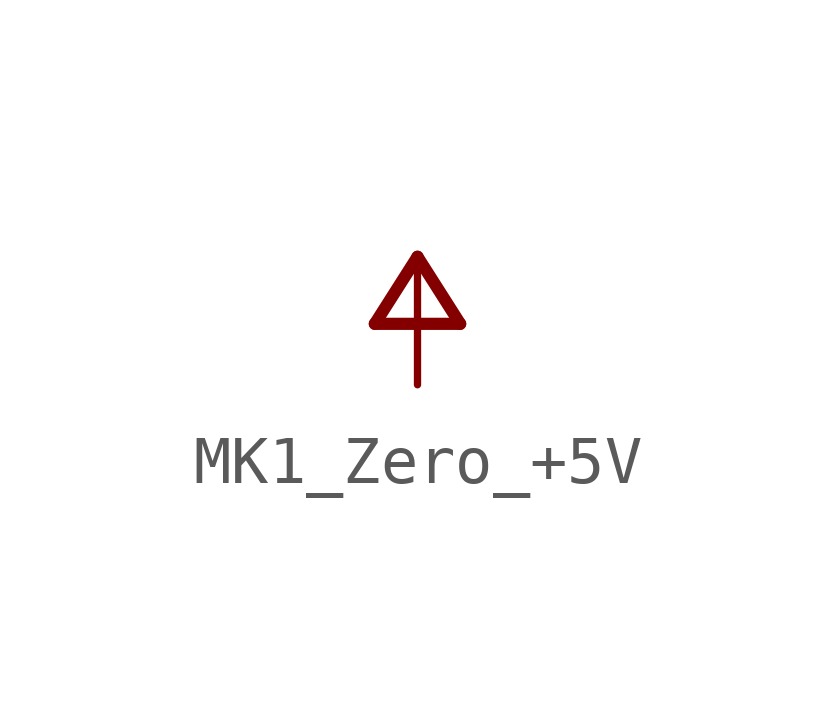
<source format=kicad_sym>
(kicad_symbol_lib
  (version 20241209)
  (generator "kicad_symbol_editor")
  (generator_version "9.0")
  (symbol "MK1_Zero_+5V"
    (power)
    (property "Reference" "#P+"
      (at 0 0 0)
      (effects (font (size 1.27 1.27)) (hide yes)))
    (property "Value" ""
      (at 0 0.508 0)
      (effects (font (size 1.778 1.511)) (justify bottom)))
    (property "ki_locked" ""
      (at 0 0 0)
      (effects (font (size 1.27 1.27))))
    (symbol "MK1_Zero_+5V_1_0"
      (polyline (pts (xy -0.889 -1.27) (xy 0.889 -1.27)) (stroke (width 0.254) (type solid)) (fill (type none)))
      (polyline (pts (xy 0 0.127) (xy -0.889 -1.27)) (stroke (width 0.254) (type solid)) (fill (type none)))
      (polyline (pts (xy 0.889 -1.27) (xy 0 0.127)) (stroke (width 0.254) (type solid)) (fill (type none)))
      (pin power_in line (at 0 -2.54 90) (length 2.54) (name "+5V" (effects (font (size 0 0)))) (number "1" (effects (font (size 0 0))))))))
</source>
